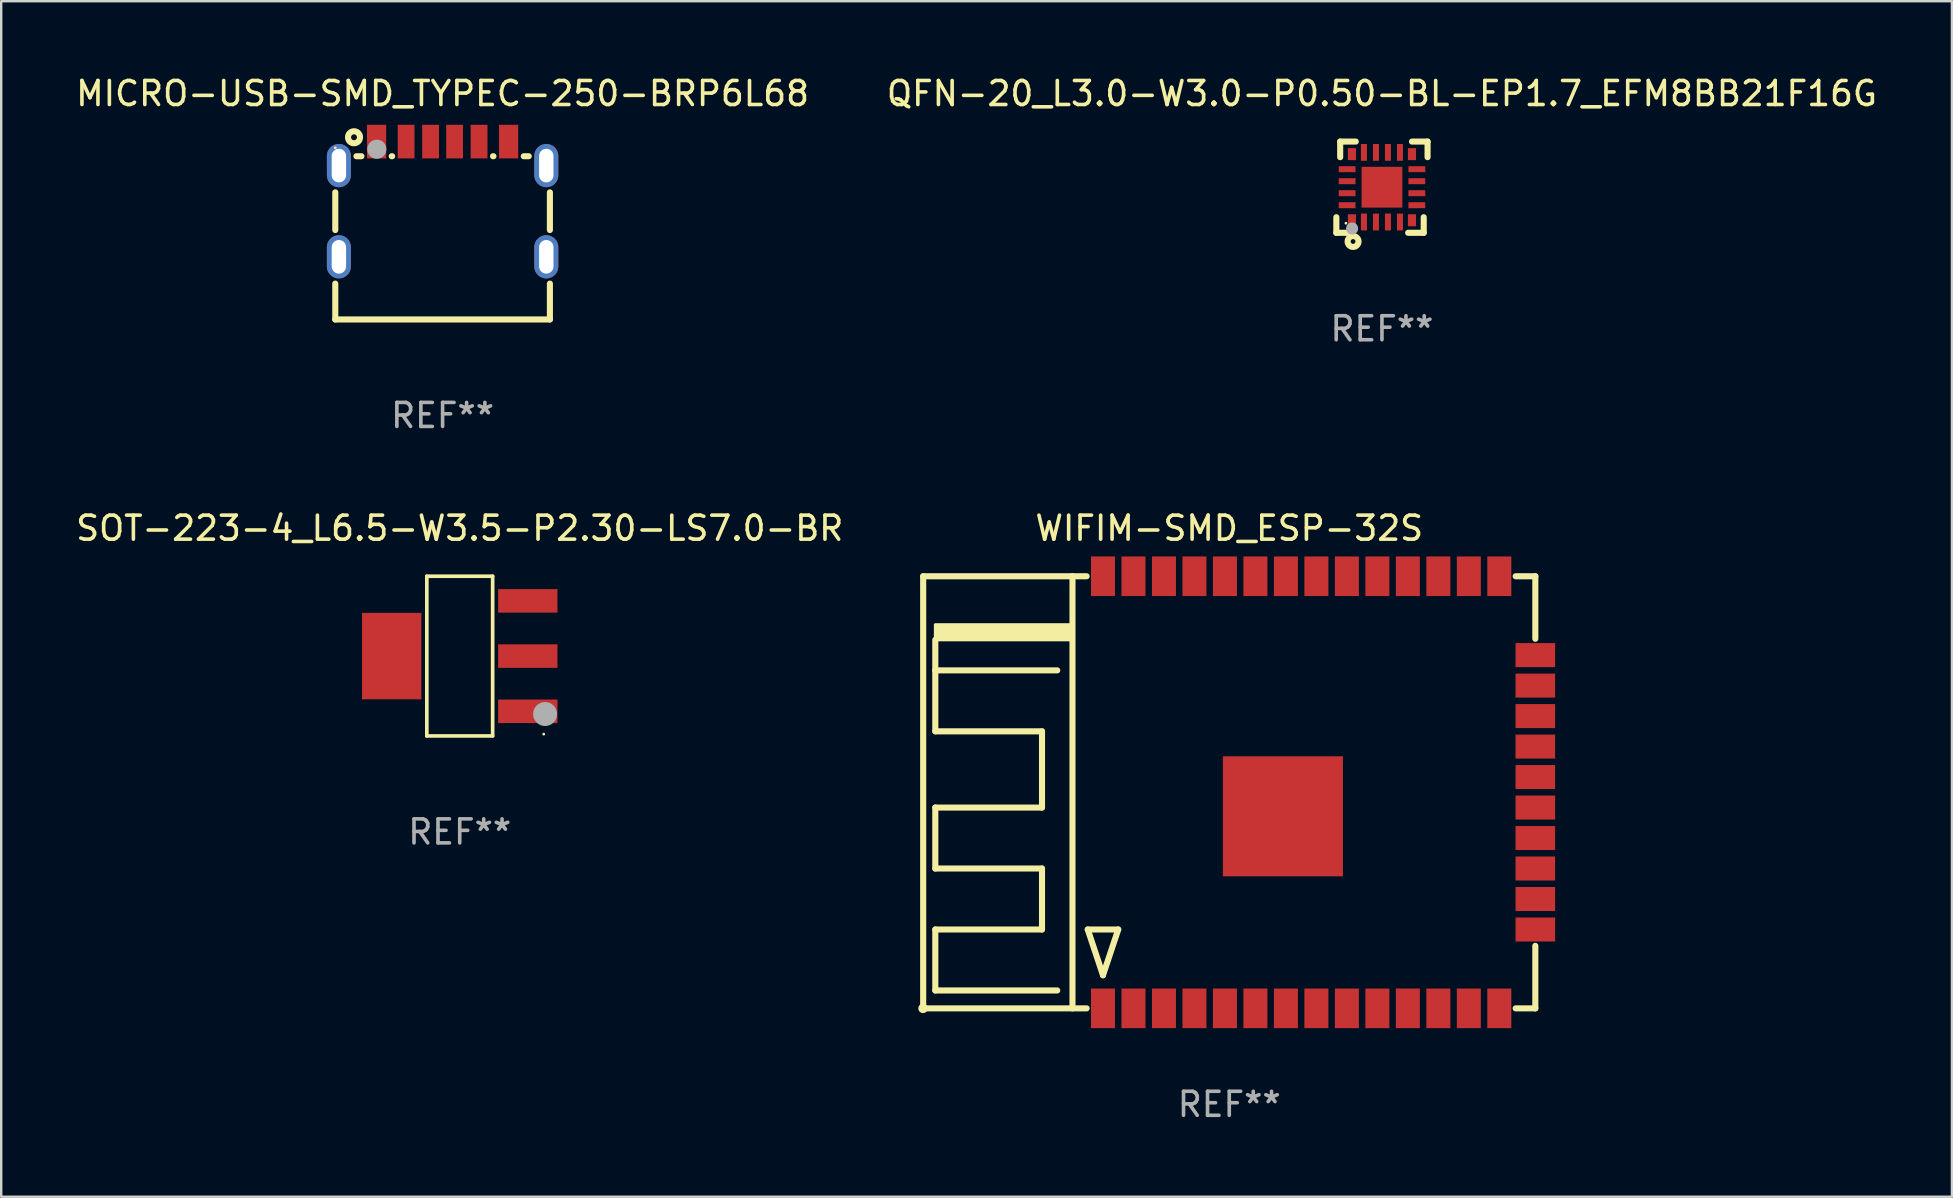
<source format=kicad_pcb>
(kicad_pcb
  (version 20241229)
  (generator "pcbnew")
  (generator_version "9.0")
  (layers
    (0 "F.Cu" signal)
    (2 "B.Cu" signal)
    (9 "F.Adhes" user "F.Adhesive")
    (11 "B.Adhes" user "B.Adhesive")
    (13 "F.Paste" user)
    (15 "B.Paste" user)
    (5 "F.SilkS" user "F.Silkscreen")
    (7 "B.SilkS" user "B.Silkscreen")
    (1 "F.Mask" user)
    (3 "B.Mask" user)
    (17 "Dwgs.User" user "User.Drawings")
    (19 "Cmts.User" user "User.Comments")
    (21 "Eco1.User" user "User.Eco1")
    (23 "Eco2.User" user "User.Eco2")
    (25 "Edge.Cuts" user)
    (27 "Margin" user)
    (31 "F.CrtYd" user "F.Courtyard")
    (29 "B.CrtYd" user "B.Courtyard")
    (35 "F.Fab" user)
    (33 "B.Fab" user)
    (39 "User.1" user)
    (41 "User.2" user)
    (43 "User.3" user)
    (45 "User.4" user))
  (footprint "MICRO-USB-SMD_TYPEC-250-BRP6L68"
    (layer "F.Cu")
    (at 15.387 6.553)
    (property "Reference" "MICRO-USB-SMD_TYPEC-250-BRP6L68" (at 0 -5.705 0) (layer "F.SilkS") (effects (font (size 1 1) (thickness 0.15))))
    (attr through_hole)
    (fp_line (start -4.47 -0.02) (end -4.47 -1.59) (stroke (width 0.254) (type solid)) (layer "F.SilkS"))
    (fp_line (start -4.47 3.705) (end -4.47 2.211) (stroke (width 0.254) (type solid)) (layer "F.SilkS"))
    (fp_line (start -3.589 -3.095) (end -3.381 -3.095) (stroke (width 0.254) (type solid)) (layer "F.SilkS"))
    (fp_line (start -2.119 -3.095) (end -2.101 -3.095) (stroke (width 0.254) (type solid)) (layer "F.SilkS"))
    (fp_line (start 2.101 -3.095) (end 2.119 -3.095) (stroke (width 0.254) (type solid)) (layer "F.SilkS"))
    (fp_line (start 3.381 -3.095) (end 3.589 -3.095) (stroke (width 0.254) (type solid)) (layer "F.SilkS"))
    (fp_line (start 4.47 -1.59) (end 4.47 -0.02) (stroke (width 0.254) (type solid)) (layer "F.SilkS"))
    (fp_line (start 4.47 2.211) (end 4.47 3.705) (stroke (width 0.254) (type solid)) (layer "F.SilkS"))
    (fp_line (start 4.47 3.705) (end -4.47 3.705) (stroke (width 0.254) (type solid)) (layer "F.SilkS"))
    (fp_circle (center -4.47 -3.445) (end -4.44 -3.445) (stroke (width 0.06) (type solid)) (fill no) (layer "F.SilkS"))
    (fp_circle (center -3.69 -3.885) (end -3.44 -3.885) (stroke (width 0.254) (type solid)) (fill no) (layer "F.SilkS"))
    (fp_circle (center -2.74 -3.385) (end -2.54 -3.385) (stroke (width 0.4) (type solid)) (fill no) (layer "F.Fab"))
    (fp_text user "REF**" (at 0 7.705 0) (layer "F.Fab") (effects (font (size 1 1) (thickness 0.15))))
    (pad "1" thru_hole oval (at -4.32 -2.705) (size 1 1.8) (drill oval 0.6 1.4) (layers "*.Cu" "*.Mask"))
    (pad "2" thru_hole oval (at 4.32 -2.705) (size 1 1.8) (drill oval 0.6 1.4) (layers "*.Cu" "*.Mask"))
    (pad "3" thru_hole oval (at -4.32 1.095) (size 1 1.8) (drill oval 0.6 1.4) (layers "*.Cu" "*.Mask"))
    (pad "4" thru_hole oval (at 4.32 1.095) (size 1 1.8) (drill oval 0.6 1.4) (layers "*.Cu" "*.Mask"))
    (pad "A5" smd rect (at -0.5 -3.705) (size 0.7 1.4) (layers "F.Cu" "F.Mask" "F.Paste"))
    (pad "A9" smd rect (at 1.52 -3.705) (size 0.7 1.4) (layers "F.Cu" "F.Mask" "F.Paste"))
    (pad "A12" smd rect (at 2.75 -3.705) (size 0.8 1.4) (layers "F.Cu" "F.Mask" "F.Paste"))
    (pad "B5" smd rect (at 0.5 -3.705) (size 0.7 1.4) (layers "F.Cu" "F.Mask" "F.Paste"))
    (pad "B9" smd rect (at -1.52 -3.705) (size 0.7 1.4) (layers "F.Cu" "F.Mask" "F.Paste"))
    (pad "B12" smd rect (at -2.75 -3.705) (size 0.8 1.4) (layers "F.Cu" "F.Mask" "F.Paste")))
  (footprint "WIFIM-SMD_ESP-32S"
    (layer "F.Cu")
    (at 48.157 29.955)
    (property "Reference" "WIFIM-SMD_ESP-32S" (at 0 -11 0) (layer "F.SilkS") (effects (font (size 1 1) (thickness 0.15))))
    (attr through_hole)
    (fp_line (start -12.75 9) (end -12.75 -9) (stroke (width 0.254) (type solid)) (layer "F.SilkS"))
    (fp_line (start -12.75 9) (end -5.941 9) (stroke (width 0.254) (type solid)) (layer "F.SilkS"))
    (fp_line (start -12.245 -6.35) (end -12.245 -5.08) (stroke (width 0.254) (type solid)) (layer "F.SilkS"))
    (fp_line (start -12.245 -5.08) (end -12.245 -2.54) (stroke (width 0.254) (type solid)) (layer "F.SilkS"))
    (fp_line (start -12.245 -5.08) (end -7.165 -5.08) (stroke (width 0.254) (type solid)) (layer "F.SilkS"))
    (fp_line (start -12.245 -2.54) (end -7.8 -2.54) (stroke (width 0.254) (type solid)) (layer "F.SilkS"))
    (fp_line (start -12.245 0.635) (end -12.245 3.175) (stroke (width 0.254) (type solid)) (layer "F.SilkS"))
    (fp_line (start -12.245 3.175) (end -7.8 3.175) (stroke (width 0.254) (type solid)) (layer "F.SilkS"))
    (fp_line (start -12.245 5.715) (end -12.245 8.255) (stroke (width 0.254) (type solid)) (layer "F.SilkS"))
    (fp_line (start -12.245 8.255) (end -7.165 8.255) (stroke (width 0.254) (type solid)) (layer "F.SilkS"))
    (fp_line (start -7.8 -2.54) (end -7.8 0.635) (stroke (width 0.254) (type solid)) (layer "F.SilkS"))
    (fp_line (start -7.8 0.635) (end -12.245 0.635) (stroke (width 0.254) (type solid)) (layer "F.SilkS"))
    (fp_line (start -7.8 3.175) (end -7.8 5.715) (stroke (width 0.254) (type solid)) (layer "F.SilkS"))
    (fp_line (start -7.8 5.715) (end -12.245 5.715) (stroke (width 0.254) (type solid)) (layer "F.SilkS"))
    (fp_line (start -6.53 9) (end -6.53 -9) (stroke (width 0.254) (type solid)) (layer "F.SilkS"))
    (fp_line (start -5.941 -9) (end -12.75 -9) (stroke (width 0.254) (type solid)) (layer "F.SilkS"))
    (fp_line (start -5.895 5.715) (end -4.625 5.715) (stroke (width 0.254) (type solid)) (layer "F.SilkS"))
    (fp_line (start -5.26 7.62) (end -5.895 5.715) (stroke (width 0.254) (type solid)) (layer "F.SilkS"))
    (fp_line (start -4.625 5.715) (end -5.26 7.62) (stroke (width 0.254) (type solid)) (layer "F.SilkS"))
    (fp_line (start 11.931 9) (end 12.75 9) (stroke (width 0.254) (type solid)) (layer "F.SilkS"))
    (fp_line (start 12.75 -9) (end 11.931 -9) (stroke (width 0.254) (type solid)) (layer "F.SilkS"))
    (fp_line (start 12.75 -6.396) (end 12.75 -9) (stroke (width 0.254) (type solid)) (layer "F.SilkS"))
    (fp_line (start 12.75 9) (end 12.75 6.396) (stroke (width 0.254) (type solid)) (layer "F.SilkS"))
    (fp_circle (center -12.755 9) (end -12.655 9) (stroke (width 0.2) (type solid)) (fill no) (layer "F.SilkS"))
    (fp_poly (pts (xy -12.245 -6.985) (xy -6.53 -6.985) (xy -6.53 -6.35) (xy -12.245 -6.35)) (stroke (width 0.12) (type solid)) (fill yes) (layer "F.SilkS"))
    (fp_text user "REF**" (at 0 13 0) (layer "F.Fab") (effects (font (size 1 1) (thickness 0.15))))
    (pad "1" smd rect (at -5.26 9) (size 1 1.65) (layers "F.Cu" "F.Mask" "F.Paste"))
    (pad "2" smd rect (at -3.99 9) (size 1 1.65) (layers "F.Cu" "F.Mask" "F.Paste"))
    (pad "3" smd rect (at -2.72 9) (size 1 1.65) (layers "F.Cu" "F.Mask" "F.Paste"))
    (pad "4" smd rect (at -1.45 9) (size 1 1.65) (layers "F.Cu" "F.Mask" "F.Paste"))
    (pad "5" smd rect (at -0.18 9) (size 1 1.65) (layers "F.Cu" "F.Mask" "F.Paste"))
    (pad "6" smd rect (at 1.09 9) (size 1 1.65) (layers "F.Cu" "F.Mask" "F.Paste"))
    (pad "7" smd rect (at 2.36 9) (size 1 1.65) (layers "F.Cu" "F.Mask" "F.Paste"))
    (pad "8" smd rect (at 3.63 9) (size 1 1.65) (layers "F.Cu" "F.Mask" "F.Paste"))
    (pad "9" smd rect (at 4.9 9) (size 1 1.65) (layers "F.Cu" "F.Mask" "F.Paste"))
    (pad "10" smd rect (at 6.17 9) (size 1 1.65) (layers "F.Cu" "F.Mask" "F.Paste"))
    (pad "11" smd rect (at 7.44 9) (size 1 1.65) (layers "F.Cu" "F.Mask" "F.Paste"))
    (pad "12" smd rect (at 8.71 9) (size 1 1.65) (layers "F.Cu" "F.Mask" "F.Paste"))
    (pad "13" smd rect (at 9.98 9) (size 1 1.65) (layers "F.Cu" "F.Mask" "F.Paste"))
    (pad "14" smd rect (at 11.25 9) (size 1 1.65) (layers "F.Cu" "F.Mask" "F.Paste"))
    (pad "15" smd rect (at 12.75 5.715) (size 1.65 1) (layers "F.Cu" "F.Mask" "F.Paste"))
    (pad "16" smd rect (at 12.75 4.445) (size 1.65 1) (layers "F.Cu" "F.Mask" "F.Paste"))
    (pad "17" smd rect (at 12.75 3.175) (size 1.65 1) (layers "F.Cu" "F.Mask" "F.Paste"))
    (pad "18" smd rect (at 12.75 1.905) (size 1.65 1) (layers "F.Cu" "F.Mask" "F.Paste"))
    (pad "19" smd rect (at 12.75 0.635) (size 1.65 1) (layers "F.Cu" "F.Mask" "F.Paste"))
    (pad "20" smd rect (at 12.75 -0.635) (size 1.65 1) (layers "F.Cu" "F.Mask" "F.Paste"))
    (pad "21" smd rect (at 12.75 -1.905) (size 1.65 1) (layers "F.Cu" "F.Mask" "F.Paste"))
    (pad "22" smd rect (at 12.75 -3.175) (size 1.65 1) (layers "F.Cu" "F.Mask" "F.Paste"))
    (pad "23" smd rect (at 12.75 -4.445) (size 1.65 1) (layers "F.Cu" "F.Mask" "F.Paste"))
    (pad "24" smd rect (at 12.75 -5.715) (size 1.65 1) (layers "F.Cu" "F.Mask" "F.Paste"))
    (pad "25" smd rect (at 11.25 -9) (size 1 1.65) (layers "F.Cu" "F.Mask" "F.Paste"))
    (pad "26" smd rect (at 9.98 -9) (size 1 1.65) (layers "F.Cu" "F.Mask" "F.Paste"))
    (pad "27" smd rect (at 8.71 -9) (size 1 1.65) (layers "F.Cu" "F.Mask" "F.Paste"))
    (pad "28" smd rect (at 7.44 -9) (size 1 1.65) (layers "F.Cu" "F.Mask" "F.Paste"))
    (pad "29" smd rect (at 6.17 -9) (size 1 1.65) (layers "F.Cu" "F.Mask" "F.Paste"))
    (pad "30" smd rect (at 4.9 -9) (size 1 1.65) (layers "F.Cu" "F.Mask" "F.Paste"))
    (pad "31" smd rect (at 3.63 -9) (size 1 1.65) (layers "F.Cu" "F.Mask" "F.Paste"))
    (pad "32" smd rect (at 2.36 -9) (size 1 1.65) (layers "F.Cu" "F.Mask" "F.Paste"))
    (pad "33" smd rect (at 1.09 -9) (size 1 1.65) (layers "F.Cu" "F.Mask" "F.Paste"))
    (pad "34" smd rect (at -0.18 -9) (size 1 1.65) (layers "F.Cu" "F.Mask" "F.Paste"))
    (pad "35" smd rect (at -1.45 -9) (size 1 1.65) (layers "F.Cu" "F.Mask" "F.Paste"))
    (pad "36" smd rect (at -2.72 -9) (size 1 1.65) (layers "F.Cu" "F.Mask" "F.Paste"))
    (pad "37" smd rect (at -3.99 -9) (size 1 1.65) (layers "F.Cu" "F.Mask" "F.Paste"))
    (pad "38" smd rect (at -5.26 -9) (size 1 1.65) (layers "F.Cu" "F.Mask" "F.Paste"))
    (pad "39" smd rect (at 2.235 1 270) (size 5 5) (layers "F.Cu" "F.Mask" "F.Paste")))
  (footprint "QFN-20_L3.0-W3.0-P0.50-BL-EP1.7_EFM8BB21F16G"
    (layer "F.Cu")
    (at 54.518 4.748)
    (property "Reference" "QFN-20_L3.0-W3.0-P0.50-BL-EP1.7_EFM8BB21F16G" (at 0 -3.9 0) (layer "F.SilkS") (effects (font (size 1 1) (thickness 0.15))))
    (attr through_hole)
    (fp_line (start -1.9 1.9) (end -1.9 1.251) (stroke (width 0.254) (type solid)) (layer "F.SilkS"))
    (fp_line (start -1.9 1.9) (end -1.251 1.9) (stroke (width 0.254) (type solid)) (layer "F.SilkS"))
    (fp_line (start -1.74 -1.9) (end -1.74 -1.251) (stroke (width 0.254) (type solid)) (layer "F.SilkS"))
    (fp_line (start -1.74 -1.9) (end -1.091 -1.9) (stroke (width 0.254) (type solid)) (layer "F.SilkS"))
    (fp_line (start 1.74 1.9) (end 1.091 1.9) (stroke (width 0.254) (type solid)) (layer "F.SilkS"))
    (fp_line (start 1.74 1.9) (end 1.74 1.251) (stroke (width 0.254) (type solid)) (layer "F.SilkS"))
    (fp_line (start 1.9 -1.9) (end 1.251 -1.9) (stroke (width 0.254) (type solid)) (layer "F.SilkS"))
    (fp_line (start 1.9 -1.9) (end 1.9 -1.251) (stroke (width 0.254) (type solid)) (layer "F.SilkS"))
    (fp_circle (center -1.5 1.5) (end -1.47 1.5) (stroke (width 0.06) (type solid)) (fill no) (layer "F.SilkS"))
    (fp_circle (center -1.203 2.262) (end -1.103 2.262) (stroke (width 0.254) (type solid)) (fill no) (layer "F.SilkS"))
    (fp_circle (center -1.243 1.721) (end -1.116 1.721) (stroke (width 0.254) (type solid)) (fill no) (layer "F.Fab"))
    (fp_text user "REF**" (at 0 5.9 0) (layer "F.Fab") (effects (font (size 1 1) (thickness 0.15))))
    (pad "1" smd rect (at -1.25 1.377) (size 0.34 0.5) (layers "F.Cu" "F.Mask" "F.Paste"))
    (pad "2" smd rect (at -0.75 1.45) (size 0.25 0.7) (layers "F.Cu" "F.Mask" "F.Paste"))
    (pad "3" smd rect (at -0.25 1.45) (size 0.25 0.7) (layers "F.Cu" "F.Mask" "F.Paste"))
    (pad "4" smd rect (at 0.25 1.45) (size 0.25 0.7) (layers "F.Cu" "F.Mask" "F.Paste"))
    (pad "5" smd rect (at 0.75 1.45) (size 0.25 0.7) (layers "F.Cu" "F.Mask" "F.Paste"))
    (pad "6" smd rect (at 1.25 1.377) (size 0.34 0.5) (layers "F.Cu" "F.Mask" "F.Paste"))
    (pad "7" smd rect (at 1.453 0.75) (size 0.7 0.25) (layers "F.Cu" "F.Mask" "F.Paste"))
    (pad "8" smd rect (at 1.453 0.25) (size 0.7 0.25) (layers "F.Cu" "F.Mask" "F.Paste"))
    (pad "9" smd rect (at 1.453 -0.25) (size 0.7 0.25) (layers "F.Cu" "F.Mask" "F.Paste"))
    (pad "10" smd rect (at 1.453 -0.75) (size 0.7 0.25) (layers "F.Cu" "F.Mask" "F.Paste"))
    (pad "11" smd rect (at 1.25 -1.377) (size 0.34 0.5) (layers "F.Cu" "F.Mask" "F.Paste"))
    (pad "12" smd rect (at 0.75 -1.45) (size 0.25 0.7) (layers "F.Cu" "F.Mask" "F.Paste"))
    (pad "13" smd rect (at 0.25 -1.45) (size 0.25 0.7) (layers "F.Cu" "F.Mask" "F.Paste"))
    (pad "14" smd rect (at -0.25 -1.45) (size 0.25 0.7) (layers "F.Cu" "F.Mask" "F.Paste"))
    (pad "15" smd rect (at -0.75 -1.45) (size 0.25 0.7) (layers "F.Cu" "F.Mask" "F.Paste"))
    (pad "16" smd rect (at -1.25 -1.377) (size 0.34 0.5) (layers "F.Cu" "F.Mask" "F.Paste"))
    (pad "17" smd rect (at -1.45 -0.75) (size 0.7 0.25) (layers "F.Cu" "F.Mask" "F.Paste"))
    (pad "18" smd rect (at -1.45 -0.25) (size 0.7 0.25) (layers "F.Cu" "F.Mask" "F.Paste"))
    (pad "19" smd rect (at -1.45 0.25) (size 0.7 0.25) (layers "F.Cu" "F.Mask" "F.Paste"))
    (pad "20" smd rect (at -1.45 0.75) (size 0.7 0.25) (layers "F.Cu" "F.Mask" "F.Paste"))
    (pad "21" smd rect (at 0 0) (size 1.7 1.7) (layers "F.Cu" "F.Mask" "F.Paste")))
  (footprint "SOT-223-4_L6.5-W3.5-P2.30-LS7.0-BR"
    (layer "F.Cu")
    (at 16.101 24.281)
    (property "Reference" "SOT-223-4_L6.5-W3.5-P2.30-LS7.0-BR" (at 0 -5.326 0) (layer "F.SilkS") (effects (font (size 1 1) (thickness 0.15))))
    (attr through_hole)
    (fp_line (start -1.371 -3.326) (end 1.371 -3.326) (stroke (width 0.152) (type solid)) (layer "F.SilkS"))
    (fp_line (start -1.371 3.326) (end -1.371 -3.326) (stroke (width 0.152) (type solid)) (layer "F.SilkS"))
    (fp_line (start 1.371 -3.326) (end 1.371 3.326) (stroke (width 0.152) (type solid)) (layer "F.SilkS"))
    (fp_line (start 1.371 3.326) (end -1.371 3.326) (stroke (width 0.152) (type solid)) (layer "F.SilkS"))
    (fp_circle (center 3.5 3.25) (end 3.53 3.25) (stroke (width 0.06) (type solid)) (fill no) (layer "F.SilkS"))
    (fp_circle (center 3.556 2.413) (end 3.806 2.413) (stroke (width 0.5) (type solid)) (fill no) (layer "F.Fab"))
    (fp_text user "REF**" (at 0 7.326 0) (layer "F.Fab") (effects (font (size 1 1) (thickness 0.15))))
    (pad "1" smd rect (at 2.835 2.3) (size 2.47 0.98) (layers "F.Cu" "F.Mask" "F.Paste"))
    (pad "2" smd rect (at 2.835 0) (size 2.47 0.98) (layers "F.Cu" "F.Mask" "F.Paste"))
    (pad "3" smd rect (at 2.835 -2.3) (size 2.47 0.98) (layers "F.Cu" "F.Mask" "F.Paste"))
    (pad "4" smd rect (at -2.835 0) (size 2.47 3.6) (layers "F.Cu" "F.Mask" "F.Paste")))
  (gr_rect
    (start -3 -3)
    (end 78.262 46.803)
    (stroke (width 0.1) (type default))
    (fill no)
    (layer "Edge.Cuts")))
</source>
